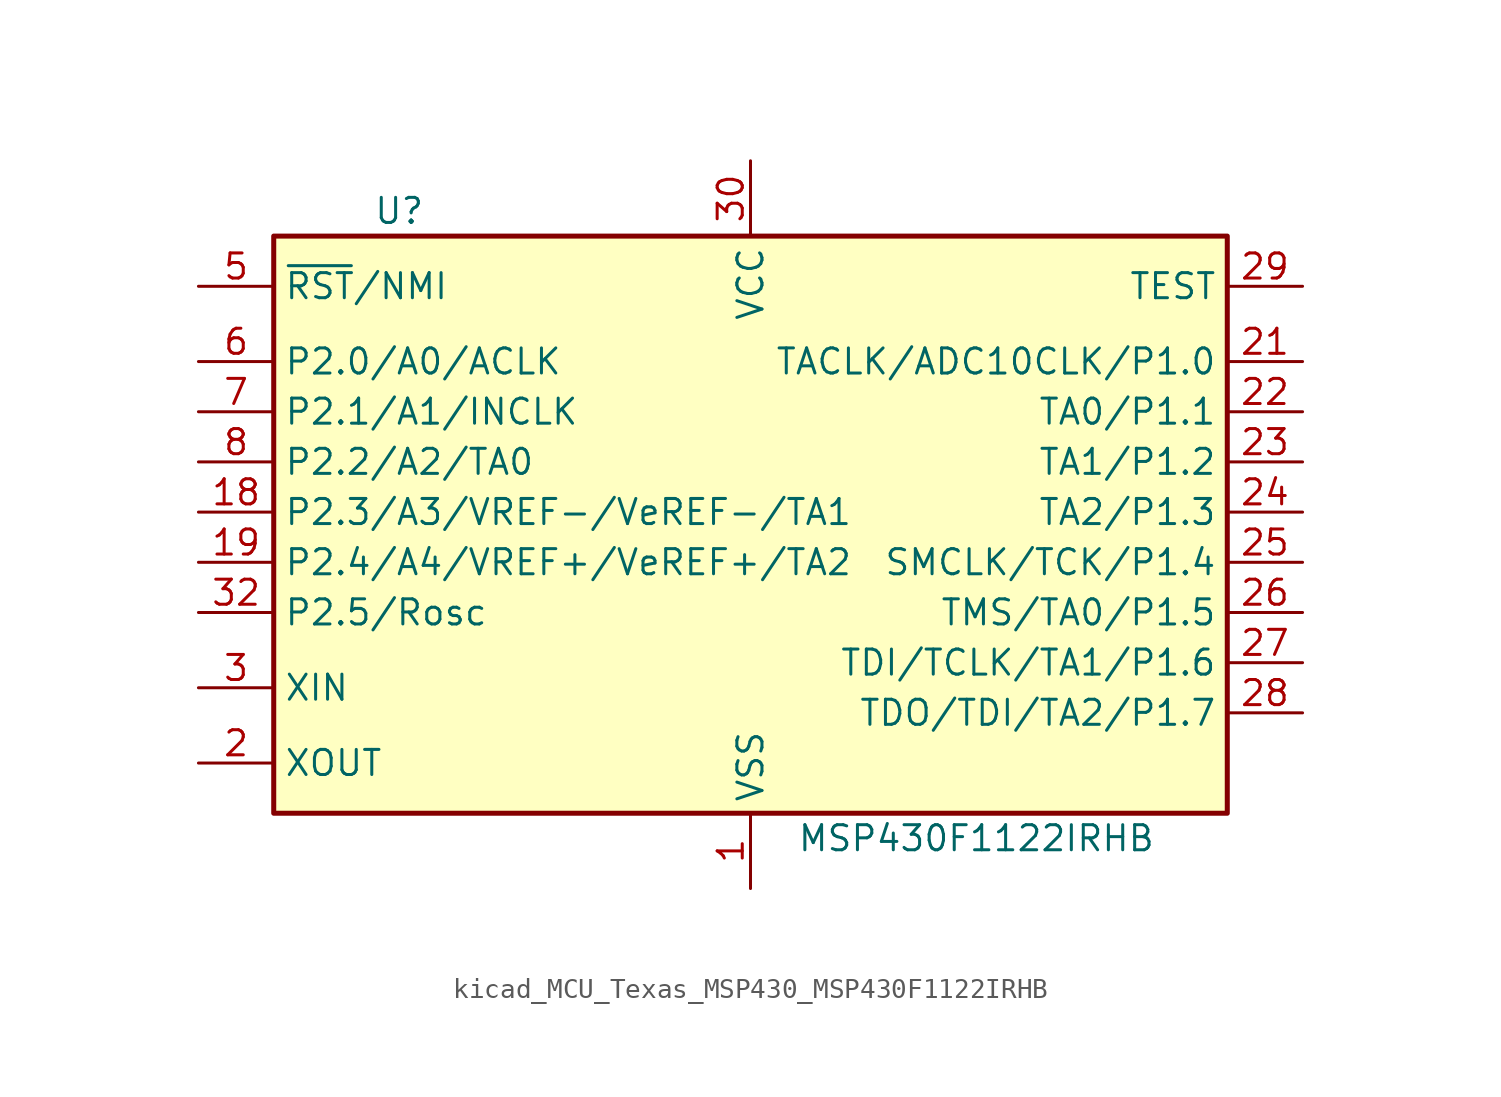
<source format=kicad_sym>
(kicad_symbol_lib
  (version 20220914)
  (generator kicad_symbol_editor)
  (symbol "kicad_MCU_Texas_MSP430_MSP430F1122IRHB"
    (property "Reference" "U"
      (at -17.78 15.24 0)
      (effects (font (size 1.27 1.27))))
    (property "Value" "MSP430F1122IRHB"
      (at 11.43 -16.51 0)
      (effects (font (size 1.27 1.27))))
    (symbol "kicad_MCU_Texas_MSP430_MSP430F1122IRHB_0_1"
      (rectangle (start -24.13 13.97) (end 24.13 -15.24) (stroke (width 0.254) (type default)) (fill (type background))))
    (symbol "kicad_MCU_Texas_MSP430_MSP430F1122IRHB_1_1"
      (pin power_in line (at 0 -19.05 90) (length 3.81) (name "VSS" (effects (font (size 1.27 1.27)))) (number "1" (effects (font (size 1.27 1.27)))))
      (pin bidirectional line (at -27.94 0 0) (length 3.81) (name "P2.3/A3/VREF-/VeREF-/TA1" (effects (font (size 1.27 1.27)))) (number "18" (effects (font (size 1.27 1.27)))))
      (pin bidirectional line (at -27.94 -2.54 0) (length 3.81) (name "P2.4/A4/VREF+/VeREF+/TA2" (effects (font (size 1.27 1.27)))) (number "19" (effects (font (size 1.27 1.27)))))
      (pin output line (at -27.94 -12.7 0) (length 3.81) (name "XOUT" (effects (font (size 1.27 1.27)))) (number "2" (effects (font (size 1.27 1.27)))))
      (pin bidirectional line (at 27.94 7.62 180) (length 3.81) (name "TACLK/ADC10CLK/P1.0" (effects (font (size 1.27 1.27)))) (number "21" (effects (font (size 1.27 1.27)))))
      (pin bidirectional line (at 27.94 5.08 180) (length 3.81) (name "TA0/P1.1" (effects (font (size 1.27 1.27)))) (number "22" (effects (font (size 1.27 1.27)))))
      (pin bidirectional line (at 27.94 2.54 180) (length 3.81) (name "TA1/P1.2" (effects (font (size 1.27 1.27)))) (number "23" (effects (font (size 1.27 1.27)))))
      (pin bidirectional line (at 27.94 0 180) (length 3.81) (name "TA2/P1.3" (effects (font (size 1.27 1.27)))) (number "24" (effects (font (size 1.27 1.27)))))
      (pin bidirectional line (at 27.94 -2.54 180) (length 3.81) (name "SMCLK/TCK/P1.4" (effects (font (size 1.27 1.27)))) (number "25" (effects (font (size 1.27 1.27)))))
      (pin bidirectional line (at 27.94 -5.08 180) (length 3.81) (name "TMS/TA0/P1.5" (effects (font (size 1.27 1.27)))) (number "26" (effects (font (size 1.27 1.27)))))
      (pin bidirectional line (at 27.94 -7.62 180) (length 3.81) (name "TDI/TCLK/TA1/P1.6" (effects (font (size 1.27 1.27)))) (number "27" (effects (font (size 1.27 1.27)))))
      (pin bidirectional line (at 27.94 -10.16 180) (length 3.81) (name "TDO/TDI/TA2/P1.7" (effects (font (size 1.27 1.27)))) (number "28" (effects (font (size 1.27 1.27)))))
      (pin input line (at 27.94 11.43 180) (length 3.81) (name "TEST" (effects (font (size 1.27 1.27)))) (number "29" (effects (font (size 1.27 1.27)))))
      (pin input line (at -27.94 -8.89 0) (length 3.81) (name "XIN" (effects (font (size 1.27 1.27)))) (number "3" (effects (font (size 1.27 1.27)))))
      (pin power_in line (at 0 17.78 270) (length 3.81) (name "VCC" (effects (font (size 1.27 1.27)))) (number "30" (effects (font (size 1.27 1.27)))))
      (pin bidirectional line (at -27.94 -5.08 0) (length 3.81) (name "P2.5/Rosc" (effects (font (size 1.27 1.27)))) (number "32" (effects (font (size 1.27 1.27)))))
      (pin input line (at -27.94 11.43 0) (length 3.81) (name "~{RST}/NMI" (effects (font (size 1.27 1.27)))) (number "5" (effects (font (size 1.27 1.27)))))
      (pin bidirectional line (at -27.94 7.62 0) (length 3.81) (name "P2.0/A0/ACLK" (effects (font (size 1.27 1.27)))) (number "6" (effects (font (size 1.27 1.27)))))
      (pin bidirectional line (at -27.94 5.08 0) (length 3.81) (name "P2.1/A1/INCLK" (effects (font (size 1.27 1.27)))) (number "7" (effects (font (size 1.27 1.27)))))
      (pin bidirectional line (at -27.94 2.54 0) (length 3.81) (name "P2.2/A2/TA0" (effects (font (size 1.27 1.27)))) (number "8" (effects (font (size 1.27 1.27))))))))
</source>
